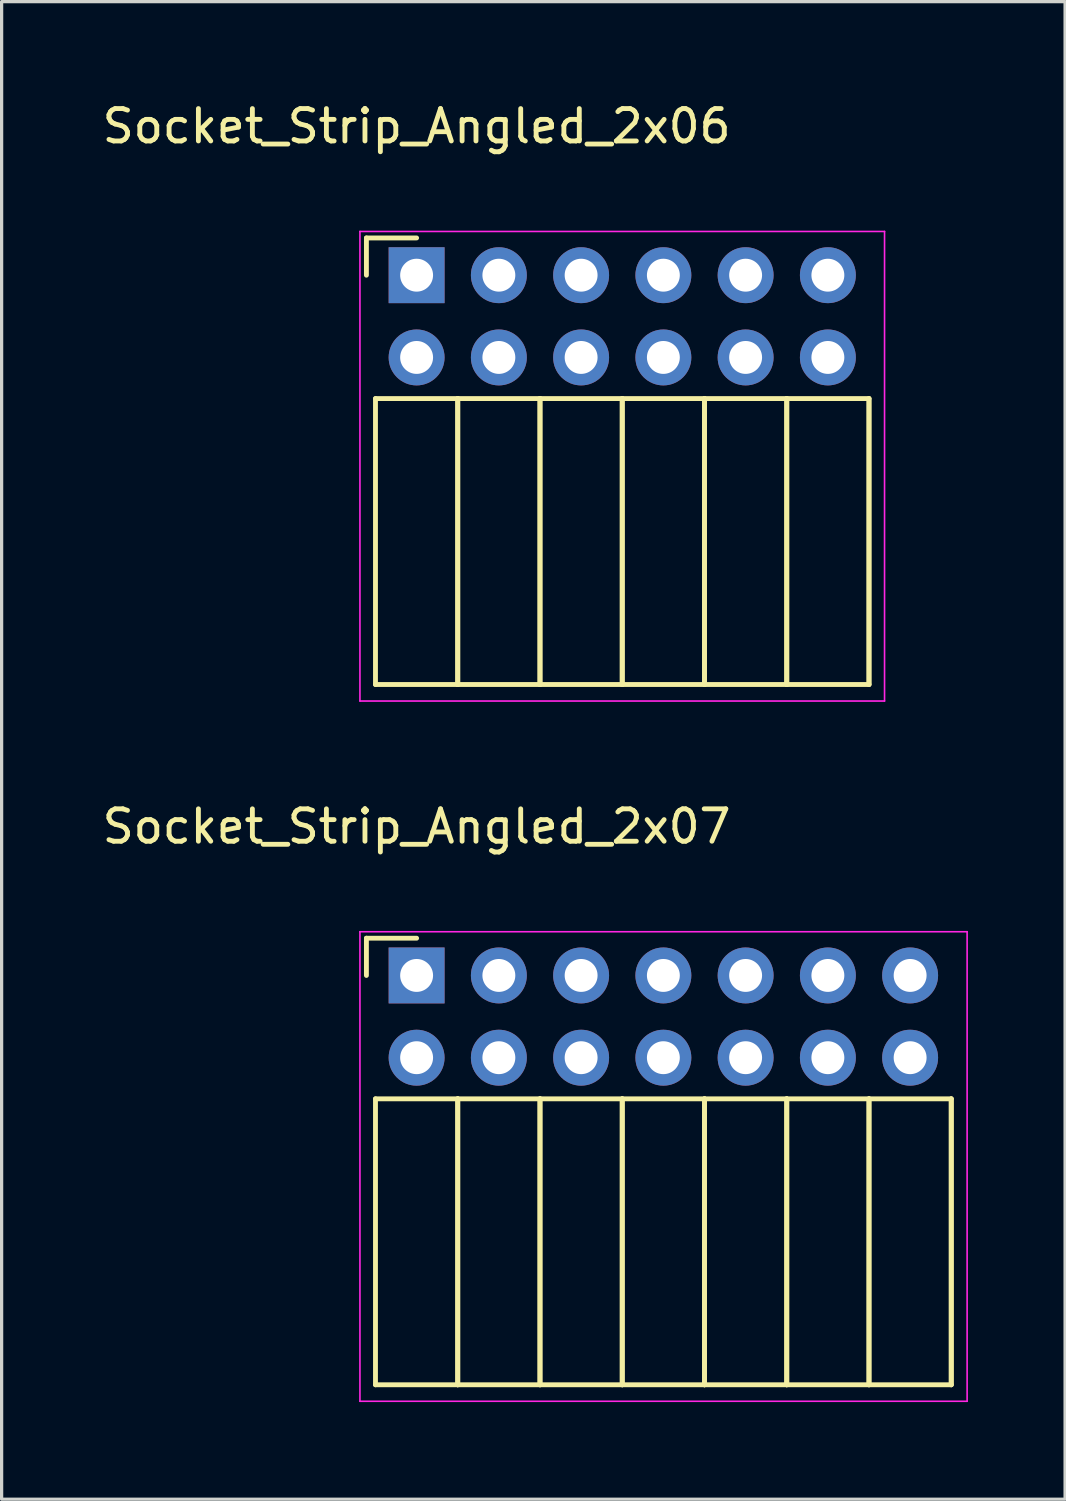
<source format=kicad_pcb>
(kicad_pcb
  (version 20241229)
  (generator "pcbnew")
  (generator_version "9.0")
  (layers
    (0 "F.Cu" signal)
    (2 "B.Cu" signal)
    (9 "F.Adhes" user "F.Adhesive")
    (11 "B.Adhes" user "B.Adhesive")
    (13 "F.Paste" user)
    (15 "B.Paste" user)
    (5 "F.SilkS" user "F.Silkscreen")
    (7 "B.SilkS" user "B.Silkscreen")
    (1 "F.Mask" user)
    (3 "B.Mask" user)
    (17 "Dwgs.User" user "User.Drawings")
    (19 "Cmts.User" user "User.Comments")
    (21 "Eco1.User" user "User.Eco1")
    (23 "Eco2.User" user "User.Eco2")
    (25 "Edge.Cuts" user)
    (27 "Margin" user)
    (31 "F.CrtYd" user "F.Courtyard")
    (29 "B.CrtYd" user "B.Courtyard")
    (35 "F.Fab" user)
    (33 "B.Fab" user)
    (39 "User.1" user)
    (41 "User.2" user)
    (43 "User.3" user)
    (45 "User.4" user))
  (footprint "Socket_Strip_Angled_2x06"
    (layer "F.Cu")
    (at 9.815 5.448)
    (property "Reference" "Socket_Strip_Angled_2x06" (at 0 -4.6 0) (layer "F.SilkS") (effects (font (size 1 1) (thickness 0.15))))
    (attr through_hole)
    (fp_line (start -1.55 -1.15) (end -1.55 0) (stroke (width 0.15) (type solid)) (layer "F.SilkS"))
    (fp_line (start -1.27 3.81) (end -1.27 12.64) (stroke (width 0.15) (type solid)) (layer "F.SilkS"))
    (fp_line (start -1.27 3.81) (end 1.27 3.81) (stroke (width 0.15) (type solid)) (layer "F.SilkS"))
    (fp_line (start -1.27 12.64) (end 1.27 12.64) (stroke (width 0.15) (type solid)) (layer "F.SilkS"))
    (fp_line (start 0 -1.15) (end -1.55 -1.15) (stroke (width 0.15) (type solid)) (layer "F.SilkS"))
    (fp_line (start 1.27 3.81) (end 1.27 12.64) (stroke (width 0.15) (type solid)) (layer "F.SilkS"))
    (fp_line (start 1.27 3.81) (end 3.81 3.81) (stroke (width 0.15) (type solid)) (layer "F.SilkS"))
    (fp_line (start 1.27 12.64) (end 1.27 3.81) (stroke (width 0.15) (type solid)) (layer "F.SilkS"))
    (fp_line (start 1.27 12.64) (end 3.81 12.64) (stroke (width 0.15) (type solid)) (layer "F.SilkS"))
    (fp_line (start 3.81 3.81) (end 3.81 12.64) (stroke (width 0.15) (type solid)) (layer "F.SilkS"))
    (fp_line (start 3.81 3.81) (end 6.35 3.81) (stroke (width 0.15) (type solid)) (layer "F.SilkS"))
    (fp_line (start 3.81 12.64) (end 3.81 3.81) (stroke (width 0.15) (type solid)) (layer "F.SilkS"))
    (fp_line (start 3.81 12.64) (end 6.35 12.64) (stroke (width 0.15) (type solid)) (layer "F.SilkS"))
    (fp_line (start 6.35 3.81) (end 6.35 12.64) (stroke (width 0.15) (type solid)) (layer "F.SilkS"))
    (fp_line (start 6.35 3.81) (end 8.89 3.81) (stroke (width 0.15) (type solid)) (layer "F.SilkS"))
    (fp_line (start 6.35 12.64) (end 6.35 3.81) (stroke (width 0.15) (type solid)) (layer "F.SilkS"))
    (fp_line (start 6.35 12.64) (end 8.89 12.64) (stroke (width 0.15) (type solid)) (layer "F.SilkS"))
    (fp_line (start 8.89 3.81) (end 8.89 12.64) (stroke (width 0.15) (type solid)) (layer "F.SilkS"))
    (fp_line (start 8.89 3.81) (end 11.43 3.81) (stroke (width 0.15) (type solid)) (layer "F.SilkS"))
    (fp_line (start 8.89 12.64) (end 8.89 3.81) (stroke (width 0.15) (type solid)) (layer "F.SilkS"))
    (fp_line (start 8.89 12.64) (end 11.43 12.64) (stroke (width 0.15) (type solid)) (layer "F.SilkS"))
    (fp_line (start 11.43 3.81) (end 11.43 12.64) (stroke (width 0.15) (type solid)) (layer "F.SilkS"))
    (fp_line (start 11.43 3.81) (end 13.97 3.81) (stroke (width 0.15) (type solid)) (layer "F.SilkS"))
    (fp_line (start 11.43 12.64) (end 11.43 3.81) (stroke (width 0.15) (type solid)) (layer "F.SilkS"))
    (fp_line (start 11.43 12.64) (end 13.97 12.64) (stroke (width 0.15) (type solid)) (layer "F.SilkS"))
    (fp_line (start 13.97 3.81) (end 13.97 12.64) (stroke (width 0.15) (type solid)) (layer "F.SilkS"))
    (fp_line (start 13.97 12.64) (end 13.97 3.81) (stroke (width 0.15) (type solid)) (layer "F.SilkS"))
    (fp_line (start -1.75 -1.35) (end -1.75 13.15) (stroke (width 0.05) (type solid)) (layer "F.CrtYd"))
    (fp_line (start -1.75 -1.35) (end 14.45 -1.35) (stroke (width 0.05) (type solid)) (layer "F.CrtYd"))
    (fp_line (start -1.75 13.15) (end 14.45 13.15) (stroke (width 0.05) (type solid)) (layer "F.CrtYd"))
    (fp_line (start 14.45 -1.35) (end 14.45 13.15) (stroke (width 0.05) (type solid)) (layer "F.CrtYd"))
    (pad "1" thru_hole rect (at 0 0) (size 1.727 1.727) (drill 1.016) (layers "*.Cu" "*.Mask"))
    (pad "2" thru_hole oval (at 0 2.54) (size 1.727 1.727) (drill 1.016) (layers "*.Cu" "*.Mask"))
    (pad "3" thru_hole oval (at 2.54 0) (size 1.727 1.727) (drill 1.016) (layers "*.Cu" "*.Mask"))
    (pad "4" thru_hole oval (at 2.54 2.54) (size 1.727 1.727) (drill 1.016) (layers "*.Cu" "*.Mask"))
    (pad "5" thru_hole oval (at 5.08 0) (size 1.727 1.727) (drill 1.016) (layers "*.Cu" "*.Mask"))
    (pad "6" thru_hole oval (at 5.08 2.54) (size 1.727 1.727) (drill 1.016) (layers "*.Cu" "*.Mask"))
    (pad "7" thru_hole oval (at 7.62 0) (size 1.727 1.727) (drill 1.016) (layers "*.Cu" "*.Mask"))
    (pad "8" thru_hole oval (at 7.62 2.54) (size 1.727 1.727) (drill 1.016) (layers "*.Cu" "*.Mask"))
    (pad "9" thru_hole oval (at 10.16 0) (size 1.727 1.727) (drill 1.016) (layers "*.Cu" "*.Mask"))
    (pad "10" thru_hole oval (at 10.16 2.54) (size 1.727 1.727) (drill 1.016) (layers "*.Cu" "*.Mask"))
    (pad "11" thru_hole oval (at 12.7 0) (size 1.727 1.727) (drill 1.016) (layers "*.Cu" "*.Mask"))
    (pad "12" thru_hole oval (at 12.7 2.54) (size 1.727 1.727) (drill 1.016) (layers "*.Cu" "*.Mask")))
  (footprint "Socket_Strip_Angled_2x07"
    (layer "F.Cu")
    (at 9.815 27.072)
    (property "Reference" "Socket_Strip_Angled_2x07" (at 0 -4.6 0) (layer "F.SilkS") (effects (font (size 1 1) (thickness 0.15))))
    (attr through_hole)
    (fp_line (start -1.55 -1.15) (end -1.55 0) (stroke (width 0.15) (type solid)) (layer "F.SilkS"))
    (fp_line (start -1.27 3.81) (end -1.27 12.64) (stroke (width 0.15) (type solid)) (layer "F.SilkS"))
    (fp_line (start -1.27 3.81) (end 1.27 3.81) (stroke (width 0.15) (type solid)) (layer "F.SilkS"))
    (fp_line (start -1.27 12.64) (end 1.27 12.64) (stroke (width 0.15) (type solid)) (layer "F.SilkS"))
    (fp_line (start 0 -1.15) (end -1.55 -1.15) (stroke (width 0.15) (type solid)) (layer "F.SilkS"))
    (fp_line (start 1.27 3.81) (end 1.27 12.64) (stroke (width 0.15) (type solid)) (layer "F.SilkS"))
    (fp_line (start 1.27 3.81) (end 3.81 3.81) (stroke (width 0.15) (type solid)) (layer "F.SilkS"))
    (fp_line (start 1.27 12.64) (end 1.27 3.81) (stroke (width 0.15) (type solid)) (layer "F.SilkS"))
    (fp_line (start 1.27 12.64) (end 3.81 12.64) (stroke (width 0.15) (type solid)) (layer "F.SilkS"))
    (fp_line (start 3.81 3.81) (end 3.81 12.64) (stroke (width 0.15) (type solid)) (layer "F.SilkS"))
    (fp_line (start 3.81 3.81) (end 6.35 3.81) (stroke (width 0.15) (type solid)) (layer "F.SilkS"))
    (fp_line (start 3.81 12.64) (end 3.81 3.81) (stroke (width 0.15) (type solid)) (layer "F.SilkS"))
    (fp_line (start 3.81 12.64) (end 6.35 12.64) (stroke (width 0.15) (type solid)) (layer "F.SilkS"))
    (fp_line (start 6.35 3.81) (end 6.35 12.64) (stroke (width 0.15) (type solid)) (layer "F.SilkS"))
    (fp_line (start 6.35 3.81) (end 8.89 3.81) (stroke (width 0.15) (type solid)) (layer "F.SilkS"))
    (fp_line (start 6.35 12.64) (end 6.35 3.81) (stroke (width 0.15) (type solid)) (layer "F.SilkS"))
    (fp_line (start 6.35 12.64) (end 8.89 12.64) (stroke (width 0.15) (type solid)) (layer "F.SilkS"))
    (fp_line (start 8.89 3.81) (end 8.89 12.64) (stroke (width 0.15) (type solid)) (layer "F.SilkS"))
    (fp_line (start 8.89 3.81) (end 11.43 3.81) (stroke (width 0.15) (type solid)) (layer "F.SilkS"))
    (fp_line (start 8.89 12.64) (end 8.89 3.81) (stroke (width 0.15) (type solid)) (layer "F.SilkS"))
    (fp_line (start 8.89 12.64) (end 11.43 12.64) (stroke (width 0.15) (type solid)) (layer "F.SilkS"))
    (fp_line (start 11.43 3.81) (end 11.43 12.64) (stroke (width 0.15) (type solid)) (layer "F.SilkS"))
    (fp_line (start 11.43 3.81) (end 13.97 3.81) (stroke (width 0.15) (type solid)) (layer "F.SilkS"))
    (fp_line (start 11.43 12.64) (end 11.43 3.81) (stroke (width 0.15) (type solid)) (layer "F.SilkS"))
    (fp_line (start 11.43 12.64) (end 13.97 12.64) (stroke (width 0.15) (type solid)) (layer "F.SilkS"))
    (fp_line (start 13.97 3.81) (end 13.97 12.64) (stroke (width 0.15) (type solid)) (layer "F.SilkS"))
    (fp_line (start 13.97 3.81) (end 16.51 3.81) (stroke (width 0.15) (type solid)) (layer "F.SilkS"))
    (fp_line (start 13.97 12.64) (end 13.97 3.81) (stroke (width 0.15) (type solid)) (layer "F.SilkS"))
    (fp_line (start 13.97 12.64) (end 16.51 12.64) (stroke (width 0.15) (type solid)) (layer "F.SilkS"))
    (fp_line (start 16.51 3.81) (end 16.51 12.64) (stroke (width 0.15) (type solid)) (layer "F.SilkS"))
    (fp_line (start 16.51 12.64) (end 16.51 3.81) (stroke (width 0.15) (type solid)) (layer "F.SilkS"))
    (fp_line (start -1.75 -1.35) (end -1.75 13.15) (stroke (width 0.05) (type solid)) (layer "F.CrtYd"))
    (fp_line (start -1.75 -1.35) (end 17 -1.35) (stroke (width 0.05) (type solid)) (layer "F.CrtYd"))
    (fp_line (start -1.75 13.15) (end 17 13.15) (stroke (width 0.05) (type solid)) (layer "F.CrtYd"))
    (fp_line (start 17 -1.35) (end 17 13.15) (stroke (width 0.05) (type solid)) (layer "F.CrtYd"))
    (pad "1" thru_hole rect (at 0 0) (size 1.727 1.727) (drill 1.016) (layers "*.Cu" "*.Mask"))
    (pad "2" thru_hole oval (at 0 2.54) (size 1.727 1.727) (drill 1.016) (layers "*.Cu" "*.Mask"))
    (pad "3" thru_hole oval (at 2.54 0) (size 1.727 1.727) (drill 1.016) (layers "*.Cu" "*.Mask"))
    (pad "4" thru_hole oval (at 2.54 2.54) (size 1.727 1.727) (drill 1.016) (layers "*.Cu" "*.Mask"))
    (pad "5" thru_hole oval (at 5.08 0) (size 1.727 1.727) (drill 1.016) (layers "*.Cu" "*.Mask"))
    (pad "6" thru_hole oval (at 5.08 2.54) (size 1.727 1.727) (drill 1.016) (layers "*.Cu" "*.Mask"))
    (pad "7" thru_hole oval (at 7.62 0) (size 1.727 1.727) (drill 1.016) (layers "*.Cu" "*.Mask"))
    (pad "8" thru_hole oval (at 7.62 2.54) (size 1.727 1.727) (drill 1.016) (layers "*.Cu" "*.Mask"))
    (pad "9" thru_hole oval (at 10.16 0) (size 1.727 1.727) (drill 1.016) (layers "*.Cu" "*.Mask"))
    (pad "10" thru_hole oval (at 10.16 2.54) (size 1.727 1.727) (drill 1.016) (layers "*.Cu" "*.Mask"))
    (pad "11" thru_hole oval (at 12.7 0) (size 1.727 1.727) (drill 1.016) (layers "*.Cu" "*.Mask"))
    (pad "12" thru_hole oval (at 12.7 2.54) (size 1.727 1.727) (drill 1.016) (layers "*.Cu" "*.Mask"))
    (pad "13" thru_hole oval (at 15.24 0) (size 1.727 1.727) (drill 1.016) (layers "*.Cu" "*.Mask"))
    (pad "14" thru_hole oval (at 15.24 2.54) (size 1.727 1.727) (drill 1.016) (layers "*.Cu" "*.Mask")))
  (gr_rect
    (start -3 -3)
    (end 29.84 43.246)
    (stroke (width 0.1) (type default))
    (fill no)
    (layer "Edge.Cuts")))
</source>
